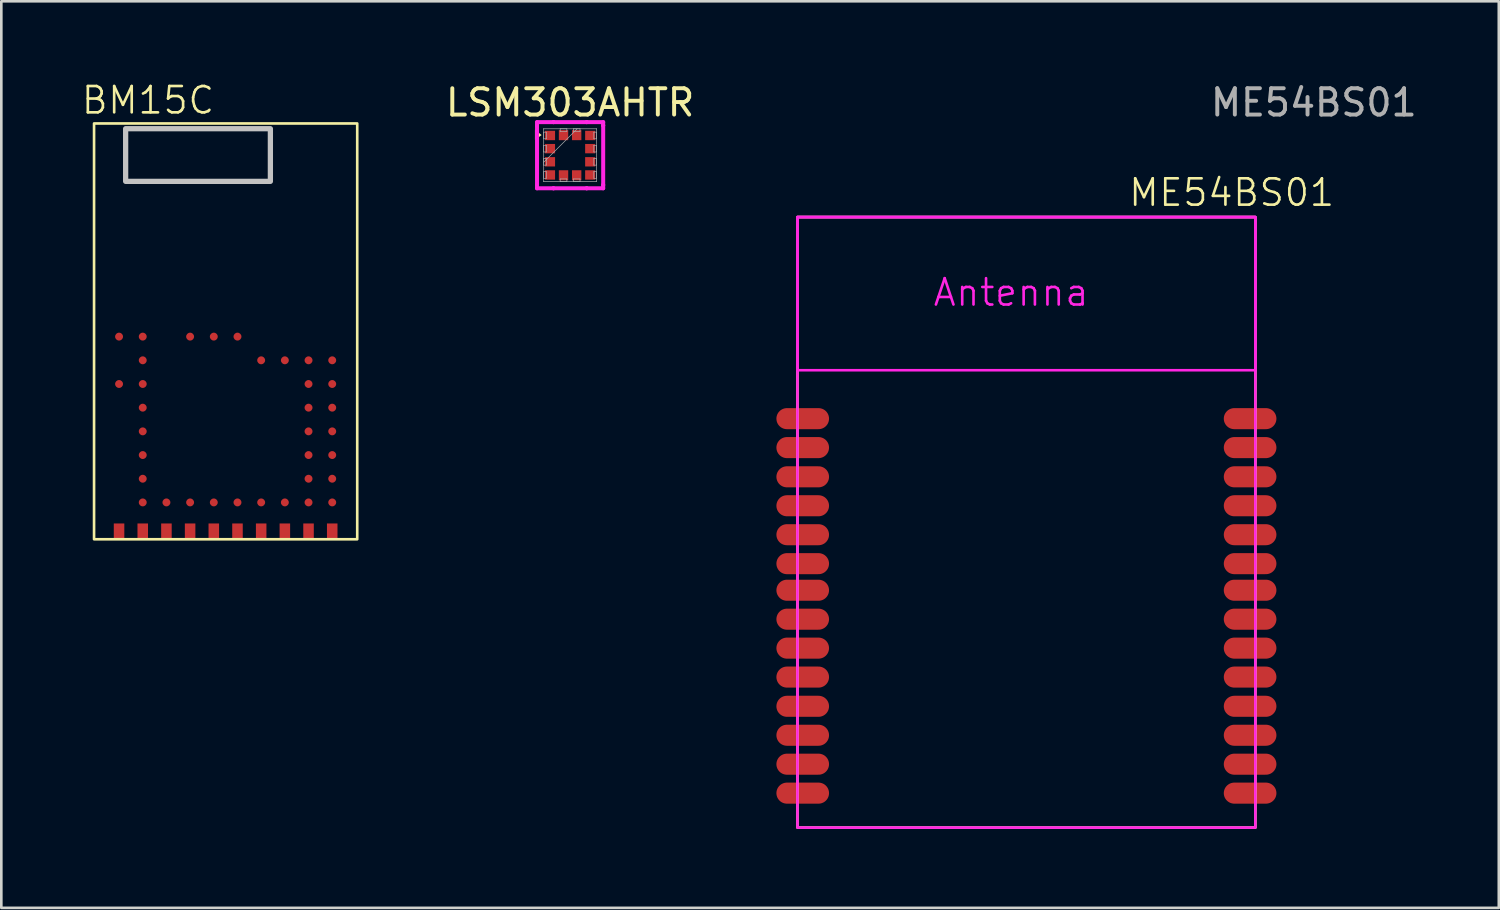
<source format=kicad_pcb>
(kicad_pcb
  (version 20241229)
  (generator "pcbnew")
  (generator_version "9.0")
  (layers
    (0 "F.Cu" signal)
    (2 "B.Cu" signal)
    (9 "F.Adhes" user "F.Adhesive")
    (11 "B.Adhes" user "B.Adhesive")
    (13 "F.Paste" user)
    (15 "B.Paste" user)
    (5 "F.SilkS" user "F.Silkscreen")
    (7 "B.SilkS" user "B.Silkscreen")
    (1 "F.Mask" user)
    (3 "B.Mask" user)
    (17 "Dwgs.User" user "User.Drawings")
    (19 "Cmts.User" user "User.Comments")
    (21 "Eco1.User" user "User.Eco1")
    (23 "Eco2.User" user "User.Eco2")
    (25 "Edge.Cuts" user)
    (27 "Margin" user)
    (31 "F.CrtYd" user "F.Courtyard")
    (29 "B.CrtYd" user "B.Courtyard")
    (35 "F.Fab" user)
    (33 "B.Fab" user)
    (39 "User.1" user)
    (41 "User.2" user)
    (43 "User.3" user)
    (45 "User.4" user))
  (footprint "LSM303AHTR"
    (layer "F.Cu")
    (at 18.613 2.848)
    (property "Reference" "LSM303AHTR" (at 0 -2 0) (unlocked yes) (layer "F.SilkS") (effects (font (size 1 1) (thickness 0.15))))
    (attr smd)
    (fp_poly (pts (xy -1.206 -0.866) (xy -1.082 -0.766) (xy -1.196 -0.686) (xy -1.336 -0.586) (xy -1.336 -0.967)) (stroke (width 0) (type solid)) (fill yes) (layer "F.SilkS"))
    (fp_line (start -1.257 -1.257) (end -0.631 -1.257) (stroke (width 0.152) (type solid)) (layer "F.CrtYd"))
    (fp_line (start -1.257 -1.131) (end -1.257 -1.257) (stroke (width 0.152) (type solid)) (layer "F.CrtYd"))
    (fp_line (start -1.257 -1.131) (end -1.257 -1.131) (stroke (width 0.152) (type solid)) (layer "F.CrtYd"))
    (fp_line (start -1.257 1.131) (end -1.257 -1.131) (stroke (width 0.152) (type solid)) (layer "F.CrtYd"))
    (fp_line (start -1.257 1.131) (end -1.257 1.131) (stroke (width 0.152) (type solid)) (layer "F.CrtYd"))
    (fp_line (start -1.257 1.257) (end -1.257 1.131) (stroke (width 0.152) (type solid)) (layer "F.CrtYd"))
    (fp_line (start -0.631 -1.257) (end -0.631 -1.257) (stroke (width 0.152) (type solid)) (layer "F.CrtYd"))
    (fp_line (start -0.631 -1.257) (end 0.631 -1.257) (stroke (width 0.152) (type solid)) (layer "F.CrtYd"))
    (fp_line (start -0.631 1.257) (end -1.257 1.257) (stroke (width 0.152) (type solid)) (layer "F.CrtYd"))
    (fp_line (start -0.631 1.257) (end -0.631 1.257) (stroke (width 0.152) (type solid)) (layer "F.CrtYd"))
    (fp_line (start 0.631 -1.257) (end 0.631 -1.257) (stroke (width 0.152) (type solid)) (layer "F.CrtYd"))
    (fp_line (start 0.631 -1.257) (end 1.257 -1.257) (stroke (width 0.152) (type solid)) (layer "F.CrtYd"))
    (fp_line (start 0.631 1.257) (end -0.631 1.257) (stroke (width 0.152) (type solid)) (layer "F.CrtYd"))
    (fp_line (start 0.631 1.257) (end 0.631 1.257) (stroke (width 0.152) (type solid)) (layer "F.CrtYd"))
    (fp_line (start 1.257 -1.257) (end 1.257 -1.131) (stroke (width 0.152) (type solid)) (layer "F.CrtYd"))
    (fp_line (start 1.257 -1.131) (end 1.257 -1.131) (stroke (width 0.152) (type solid)) (layer "F.CrtYd"))
    (fp_line (start 1.257 -1.131) (end 1.257 1.131) (stroke (width 0.152) (type solid)) (layer "F.CrtYd"))
    (fp_line (start 1.257 1.131) (end 1.257 1.131) (stroke (width 0.152) (type solid)) (layer "F.CrtYd"))
    (fp_line (start 1.257 1.131) (end 1.257 1.257) (stroke (width 0.152) (type solid)) (layer "F.CrtYd"))
    (fp_line (start 1.257 1.257) (end 0.631 1.257) (stroke (width 0.152) (type solid)) (layer "F.CrtYd"))
    (fp_line (start -1.003 -1.003) (end -1.003 -1.003) (stroke (width 0.025) (type solid)) (layer "F.Fab"))
    (fp_line (start -1.003 -1.003) (end -1.003 1.003) (stroke (width 0.025) (type solid)) (layer "F.Fab"))
    (fp_line (start -1.003 -0.877) (end -0.902 -0.877) (stroke (width 0.025) (type solid)) (layer "F.Fab"))
    (fp_line (start -1.003 -0.623) (end -1.003 -0.877) (stroke (width 0.025) (type solid)) (layer "F.Fab"))
    (fp_line (start -1.003 -0.377) (end -0.902 -0.377) (stroke (width 0.025) (type solid)) (layer "F.Fab"))
    (fp_line (start -1.003 -0.123) (end -1.003 -0.377) (stroke (width 0.025) (type solid)) (layer "F.Fab"))
    (fp_line (start -1.003 0.123) (end -0.902 0.123) (stroke (width 0.025) (type solid)) (layer "F.Fab"))
    (fp_line (start -1.003 0.267) (end 0.267 -1.003) (stroke (width 0.025) (type solid)) (layer "F.Fab"))
    (fp_line (start -1.003 0.377) (end -1.003 0.123) (stroke (width 0.025) (type solid)) (layer "F.Fab"))
    (fp_line (start -1.003 0.623) (end -0.902 0.623) (stroke (width 0.025) (type solid)) (layer "F.Fab"))
    (fp_line (start -1.003 0.877) (end -1.003 0.623) (stroke (width 0.025) (type solid)) (layer "F.Fab"))
    (fp_line (start -1.003 1.003) (end -1.003 1.003) (stroke (width 0.025) (type solid)) (layer "F.Fab"))
    (fp_line (start -1.003 1.003) (end 1.003 1.003) (stroke (width 0.025) (type solid)) (layer "F.Fab"))
    (fp_line (start -0.902 -0.877) (end -0.902 -0.623) (stroke (width 0.025) (type solid)) (layer "F.Fab"))
    (fp_line (start -0.902 -0.623) (end -1.003 -0.623) (stroke (width 0.025) (type solid)) (layer "F.Fab"))
    (fp_line (start -0.902 -0.377) (end -0.902 -0.123) (stroke (width 0.025) (type solid)) (layer "F.Fab"))
    (fp_line (start -0.902 -0.123) (end -1.003 -0.123) (stroke (width 0.025) (type solid)) (layer "F.Fab"))
    (fp_line (start -0.902 0.123) (end -0.902 0.377) (stroke (width 0.025) (type solid)) (layer "F.Fab"))
    (fp_line (start -0.902 0.377) (end -1.003 0.377) (stroke (width 0.025) (type solid)) (layer "F.Fab"))
    (fp_line (start -0.902 0.623) (end -0.902 0.877) (stroke (width 0.025) (type solid)) (layer "F.Fab"))
    (fp_line (start -0.902 0.877) (end -1.003 0.877) (stroke (width 0.025) (type solid)) (layer "F.Fab"))
    (fp_line (start -0.377 -1.003) (end -0.123 -1.003) (stroke (width 0.025) (type solid)) (layer "F.Fab"))
    (fp_line (start -0.377 -0.902) (end -0.377 -1.003) (stroke (width 0.025) (type solid)) (layer "F.Fab"))
    (fp_line (start -0.377 0.902) (end -0.123 0.902) (stroke (width 0.025) (type solid)) (layer "F.Fab"))
    (fp_line (start -0.377 1.003) (end -0.377 0.902) (stroke (width 0.025) (type solid)) (layer "F.Fab"))
    (fp_line (start -0.123 -1.003) (end -0.123 -0.902) (stroke (width 0.025) (type solid)) (layer "F.Fab"))
    (fp_line (start -0.123 -0.902) (end -0.377 -0.902) (stroke (width 0.025) (type solid)) (layer "F.Fab"))
    (fp_line (start -0.123 0.902) (end -0.123 1.003) (stroke (width 0.025) (type solid)) (layer "F.Fab"))
    (fp_line (start -0.123 1.003) (end -0.377 1.003) (stroke (width 0.025) (type solid)) (layer "F.Fab"))
    (fp_line (start 0.123 -1.003) (end 0.377 -1.003) (stroke (width 0.025) (type solid)) (layer "F.Fab"))
    (fp_line (start 0.123 -0.902) (end 0.123 -1.003) (stroke (width 0.025) (type solid)) (layer "F.Fab"))
    (fp_line (start 0.123 0.902) (end 0.377 0.902) (stroke (width 0.025) (type solid)) (layer "F.Fab"))
    (fp_line (start 0.123 1.003) (end 0.123 0.902) (stroke (width 0.025) (type solid)) (layer "F.Fab"))
    (fp_line (start 0.377 -1.003) (end 0.377 -0.902) (stroke (width 0.025) (type solid)) (layer "F.Fab"))
    (fp_line (start 0.377 -0.902) (end 0.123 -0.902) (stroke (width 0.025) (type solid)) (layer "F.Fab"))
    (fp_line (start 0.377 0.902) (end 0.377 1.003) (stroke (width 0.025) (type solid)) (layer "F.Fab"))
    (fp_line (start 0.377 1.003) (end 0.123 1.003) (stroke (width 0.025) (type solid)) (layer "F.Fab"))
    (fp_line (start 0.902 -0.877) (end 1.003 -0.877) (stroke (width 0.025) (type solid)) (layer "F.Fab"))
    (fp_line (start 0.902 -0.623) (end 0.902 -0.877) (stroke (width 0.025) (type solid)) (layer "F.Fab"))
    (fp_line (start 0.902 -0.377) (end 1.003 -0.377) (stroke (width 0.025) (type solid)) (layer "F.Fab"))
    (fp_line (start 0.902 -0.123) (end 0.902 -0.377) (stroke (width 0.025) (type solid)) (layer "F.Fab"))
    (fp_line (start 0.902 0.123) (end 1.003 0.123) (stroke (width 0.025) (type solid)) (layer "F.Fab"))
    (fp_line (start 0.902 0.377) (end 0.902 0.123) (stroke (width 0.025) (type solid)) (layer "F.Fab"))
    (fp_line (start 0.902 0.623) (end 1.003 0.623) (stroke (width 0.025) (type solid)) (layer "F.Fab"))
    (fp_line (start 0.902 0.877) (end 0.902 0.623) (stroke (width 0.025) (type solid)) (layer "F.Fab"))
    (fp_line (start 1.003 -1.003) (end -1.003 -1.003) (stroke (width 0.025) (type solid)) (layer "F.Fab"))
    (fp_line (start 1.003 -1.003) (end 1.003 -1.003) (stroke (width 0.025) (type solid)) (layer "F.Fab"))
    (fp_line (start 1.003 -0.877) (end 1.003 -0.623) (stroke (width 0.025) (type solid)) (layer "F.Fab"))
    (fp_line (start 1.003 -0.623) (end 0.902 -0.623) (stroke (width 0.025) (type solid)) (layer "F.Fab"))
    (fp_line (start 1.003 -0.377) (end 1.003 -0.123) (stroke (width 0.025) (type solid)) (layer "F.Fab"))
    (fp_line (start 1.003 -0.123) (end 0.902 -0.123) (stroke (width 0.025) (type solid)) (layer "F.Fab"))
    (fp_line (start 1.003 0.123) (end 1.003 0.377) (stroke (width 0.025) (type solid)) (layer "F.Fab"))
    (fp_line (start 1.003 0.377) (end 0.902 0.377) (stroke (width 0.025) (type solid)) (layer "F.Fab"))
    (fp_line (start 1.003 0.623) (end 1.003 0.877) (stroke (width 0.025) (type solid)) (layer "F.Fab"))
    (fp_line (start 1.003 0.877) (end 0.902 0.877) (stroke (width 0.025) (type solid)) (layer "F.Fab"))
    (fp_line (start 1.003 1.003) (end 1.003 -1.003) (stroke (width 0.025) (type solid)) (layer "F.Fab"))
    (fp_line (start 1.003 1.003) (end 1.003 1.003) (stroke (width 0.025) (type solid)) (layer "F.Fab"))
    (pad "1" smd rect (at -0.762 -0.75 90) (size 0.356 0.381) (layers "F.Cu" "F.Mask" "F.Paste"))
    (pad "2" smd rect (at -0.762 -0.25 90) (size 0.356 0.381) (layers "F.Cu" "F.Mask" "F.Paste"))
    (pad "3" smd rect (at -0.762 0.25 90) (size 0.356 0.381) (layers "F.Cu" "F.Mask" "F.Paste"))
    (pad "4" smd rect (at -0.762 0.75 90) (size 0.356 0.381) (layers "F.Cu" "F.Mask" "F.Paste"))
    (pad "5" smd rect (at -0.25 0.762) (size 0.356 0.381) (layers "F.Cu" "F.Mask" "F.Paste"))
    (pad "6" smd rect (at 0.25 0.762) (size 0.356 0.381) (layers "F.Cu" "F.Mask" "F.Paste"))
    (pad "7" smd rect (at 0.762 0.75 90) (size 0.356 0.381) (layers "F.Cu" "F.Mask" "F.Paste"))
    (pad "8" smd rect (at 0.762 0.25 90) (size 0.356 0.381) (layers "F.Cu" "F.Mask" "F.Paste"))
    (pad "9" smd rect (at 0.762 -0.25 90) (size 0.356 0.381) (layers "F.Cu" "F.Mask" "F.Paste"))
    (pad "10" smd rect (at 0.762 -0.75 90) (size 0.356 0.381) (layers "F.Cu" "F.Mask" "F.Paste"))
    (pad "11" smd rect (at 0.25 -0.762) (size 0.356 0.381) (layers "F.Cu" "F.Mask" "F.Paste"))
    (pad "12" smd rect (at -0.25 -0.762) (size 0.356 0.381) (layers "F.Cu" "F.Mask" "F.Paste")))
  (footprint "BM15C"
    (layer "F.Cu")
    (at 10.524 17.441)
    (property "Reference" "BM15C" (at -7.95 -16.68 0) (unlocked yes) (layer "F.SilkS") (effects (font (size 1 1) (thickness 0.1))))
    (attr smd)
    (fp_rect (start -10 -15.8) (end 0 0) (stroke (width 0.1) (type solid)) (fill no) (layer "F.SilkS"))
    (fp_rect (start -8.8 -15.6) (end -3.3 -13.6) (stroke (width 0.2) (type solid)) (fill no) (layer "Dwgs.User"))
    (pad "A1" smd circle (at -9.05 -7.7) (size 0.3 0.3) (layers "F.Cu" "F.Mask" "F.Paste"))
    (pad "A3" smd circle (at -9.05 -5.9) (size 0.3 0.3) (layers "F.Cu" "F.Mask" "F.Paste"))
    (pad "A9" smd rect (at -9.05 -0.3) (size 0.4 0.6) (layers "F.Cu" "F.Mask" "F.Paste"))
    (pad "B1" smd circle (at -8.15 -7.7) (size 0.3 0.3) (layers "F.Cu" "F.Mask" "F.Paste"))
    (pad "B2" smd circle (at -8.15 -6.8) (size 0.3 0.3) (layers "F.Cu" "F.Mask" "F.Paste"))
    (pad "B3" smd circle (at -8.15 -5.9) (size 0.3 0.3) (layers "F.Cu" "F.Mask" "F.Paste"))
    (pad "B4" smd circle (at -8.15 -5) (size 0.3 0.3) (layers "F.Cu" "F.Mask" "F.Paste"))
    (pad "B5" smd circle (at -8.15 -4.1) (size 0.3 0.3) (layers "F.Cu" "F.Mask" "F.Paste"))
    (pad "B6" smd circle (at -8.15 -3.2) (size 0.3 0.3) (layers "F.Cu" "F.Mask" "F.Paste"))
    (pad "B7" smd circle (at -8.15 -2.3) (size 0.3 0.3) (layers "F.Cu" "F.Mask" "F.Paste"))
    (pad "B8" smd circle (at -8.15 -1.4) (size 0.3 0.3) (layers "F.Cu" "F.Mask" "F.Paste"))
    (pad "B9" smd rect (at -8.15 -0.3) (size 0.4 0.6) (layers "F.Cu" "F.Mask" "F.Paste"))
    (pad "C8" smd circle (at -7.25 -1.4) (size 0.3 0.3) (layers "F.Cu" "F.Mask" "F.Paste"))
    (pad "C9" smd rect (at -7.25 -0.3) (size 0.4 0.6) (layers "F.Cu" "F.Mask" "F.Paste"))
    (pad "D1" smd circle (at -6.35 -7.7) (size 0.3 0.3) (layers "F.Cu" "F.Mask" "F.Paste"))
    (pad "D8" smd circle (at -6.35 -1.4) (size 0.3 0.3) (layers "F.Cu" "F.Mask" "F.Paste"))
    (pad "D9" smd rect (at -6.35 -0.3) (size 0.4 0.6) (layers "F.Cu" "F.Mask" "F.Paste"))
    (pad "E1" smd circle (at -5.45 -7.7) (size 0.3 0.3) (layers "F.Cu" "F.Mask" "F.Paste"))
    (pad "E8" smd circle (at -5.45 -1.4) (size 0.3 0.3) (layers "F.Cu" "F.Mask" "F.Paste"))
    (pad "E9" smd rect (at -5.45 -0.3) (size 0.4 0.6) (layers "F.Cu" "F.Mask" "F.Paste"))
    (pad "F1" smd circle (at -4.55 -7.7) (size 0.3 0.3) (layers "F.Cu" "F.Mask" "F.Paste"))
    (pad "F8" smd circle (at -4.55 -1.4) (size 0.3 0.3) (layers "F.Cu" "F.Mask" "F.Paste"))
    (pad "F9" smd rect (at -4.55 -0.3) (size 0.4 0.6) (layers "F.Cu" "F.Mask" "F.Paste"))
    (pad "G2" smd circle (at -3.65 -6.8) (size 0.3 0.3) (layers "F.Cu" "F.Mask" "F.Paste"))
    (pad "G8" smd circle (at -3.65 -1.4) (size 0.3 0.3) (layers "F.Cu" "F.Mask" "F.Paste"))
    (pad "G9" smd rect (at -3.65 -0.3) (size 0.4 0.6) (layers "F.Cu" "F.Mask" "F.Paste"))
    (pad "H2" smd circle (at -2.75 -6.8) (size 0.3 0.3) (layers "F.Cu" "F.Mask" "F.Paste"))
    (pad "H8" smd circle (at -2.75 -1.4) (size 0.3 0.3) (layers "F.Cu" "F.Mask" "F.Paste"))
    (pad "H9" smd rect (at -2.75 -0.3) (size 0.4 0.6) (layers "F.Cu" "F.Mask" "F.Paste"))
    (pad "J2" smd circle (at -1.85 -6.8) (size 0.3 0.3) (layers "F.Cu" "F.Mask" "F.Paste"))
    (pad "J3" smd circle (at -1.85 -5.9) (size 0.3 0.3) (layers "F.Cu" "F.Mask" "F.Paste"))
    (pad "J4" smd circle (at -1.85 -5) (size 0.3 0.3) (layers "F.Cu" "F.Mask" "F.Paste"))
    (pad "J5" smd circle (at -1.85 -4.1) (size 0.3 0.3) (layers "F.Cu" "F.Mask" "F.Paste"))
    (pad "J6" smd circle (at -1.85 -3.2) (size 0.3 0.3) (layers "F.Cu" "F.Mask" "F.Paste"))
    (pad "J7" smd circle (at -1.85 -2.3) (size 0.3 0.3) (layers "F.Cu" "F.Mask" "F.Paste"))
    (pad "J8" smd circle (at -1.85 -1.4) (size 0.3 0.3) (layers "F.Cu" "F.Mask" "F.Paste"))
    (pad "J9" smd rect (at -1.85 -0.3) (size 0.4 0.6) (layers "F.Cu" "F.Mask" "F.Paste"))
    (pad "K2" smd circle (at -0.95 -6.8) (size 0.3 0.3) (layers "F.Cu" "F.Mask" "F.Paste"))
    (pad "K3" smd circle (at -0.95 -5.9) (size 0.3 0.3) (layers "F.Cu" "F.Mask" "F.Paste"))
    (pad "K4" smd circle (at -0.95 -5) (size 0.3 0.3) (layers "F.Cu" "F.Mask" "F.Paste"))
    (pad "K5" smd circle (at -0.95 -4.1) (size 0.3 0.3) (layers "F.Cu" "F.Mask" "F.Paste"))
    (pad "K6" smd circle (at -0.95 -3.2) (size 0.3 0.3) (layers "F.Cu" "F.Mask" "F.Paste"))
    (pad "K7" smd circle (at -0.95 -2.3) (size 0.3 0.3) (layers "F.Cu" "F.Mask" "F.Paste"))
    (pad "K8" smd circle (at -0.95 -1.4) (size 0.3 0.3) (layers "F.Cu" "F.Mask" "F.Paste"))
    (pad "K9" smd rect (at -0.95 -0.3) (size 0.4 0.6) (layers "F.Cu" "F.Mask" "F.Paste")))
  (footprint "ME54BS01"
    (layer "F.Cu")
    (at 35.952 16.798)
    (property "Reference" "ME54BS01" (at 7.8 -12.53 0) (unlocked yes) (layer "F.SilkS") (effects (font (size 1 1) (thickness 0.1))))
    (attr smd)
    (fp_rect (start -8.7 -11.6) (end 8.7 11.6) (stroke (width 0.1) (type solid)) (fill no) (layer "F.SilkS"))
    (fp_rect (start -8.7 -11.6) (end 8.7 -5.78) (stroke (width 0.1) (type solid)) (fill no) (layer "F.CrtYd"))
    (fp_rect (start -8.7 -11.6) (end 8.7 11.6) (stroke (width 0.1) (type solid)) (fill no) (layer "F.CrtYd"))
    (fp_text user "Antenna" (at -3.6 -8.15 0) (unlocked yes) (layer "F.CrtYd") (effects (font (size 1 1) (thickness 0.1)) (justify left bottom)))
    (fp_text user "${REFERENCE}" (at 10.92 -15.95 0) (unlocked yes) (layer "F.Fab") (effects (font (size 1 1) (thickness 0.15))))
    (pad "1" smd oval (at -8.5 -3.94) (size 2 0.8) (layers "F.Cu" "F.Mask" "F.Paste"))
    (pad "2" smd oval (at -8.5 -2.84) (size 2 0.8) (layers "F.Cu" "F.Mask" "F.Paste"))
    (pad "3" smd oval (at -8.5 -1.73) (size 2 0.8) (layers "F.Cu" "F.Mask" "F.Paste"))
    (pad "4" smd oval (at -8.5 -0.63) (size 2 0.8) (layers "F.Cu" "F.Mask" "F.Paste"))
    (pad "5" smd oval (at -8.5 0.47) (size 2 0.8) (layers "F.Cu" "F.Mask" "F.Paste"))
    (pad "6" smd oval (at -8.5 1.57) (size 2 0.8) (layers "F.Cu" "F.Mask" "F.Paste"))
    (pad "7" smd oval (at -8.5 2.58) (size 2 0.8) (layers "F.Cu" "F.Mask" "F.Paste"))
    (pad "8" smd oval (at -8.5 3.68) (size 2 0.8) (layers "F.Cu" "F.Mask" "F.Paste"))
    (pad "9" smd oval (at -8.5 4.78) (size 2 0.8) (layers "F.Cu" "F.Mask" "F.Paste"))
    (pad "10" smd oval (at -8.5 5.88) (size 2 0.8) (layers "F.Cu" "F.Mask" "F.Paste"))
    (pad "11" smd oval (at -8.5 6.99) (size 2 0.8) (layers "F.Cu" "F.Mask" "F.Paste"))
    (pad "12" smd oval (at -8.5 8.09) (size 2 0.8) (layers "F.Cu" "F.Mask" "F.Paste"))
    (pad "13" smd oval (at -8.5 9.19) (size 2 0.8) (layers "F.Cu" "F.Mask" "F.Paste"))
    (pad "14" smd oval (at -8.5 10.29) (size 2 0.8) (layers "F.Cu" "F.Mask" "F.Paste"))
    (pad "15" smd oval (at 8.5 10.29) (size 2 0.8) (layers "F.Cu" "F.Mask" "F.Paste"))
    (pad "16" smd oval (at 8.5 9.19) (size 2 0.8) (layers "F.Cu" "F.Mask" "F.Paste"))
    (pad "17" smd oval (at 8.5 8.09) (size 2 0.8) (layers "F.Cu" "F.Mask" "F.Paste"))
    (pad "18" smd oval (at 8.5 6.99) (size 2 0.8) (layers "F.Cu" "F.Mask" "F.Paste"))
    (pad "19" smd oval (at 8.5 5.88) (size 2 0.8) (layers "F.Cu" "F.Mask" "F.Paste"))
    (pad "20" smd oval (at 8.5 4.78) (size 2 0.8) (layers "F.Cu" "F.Mask" "F.Paste"))
    (pad "21" smd oval (at 8.5 3.68) (size 2 0.8) (layers "F.Cu" "F.Mask" "F.Paste"))
    (pad "22" smd oval (at 8.5 2.58) (size 2 0.8) (layers "F.Cu" "F.Mask" "F.Paste"))
    (pad "23" smd oval (at 8.5 1.57) (size 2 0.8) (layers "F.Cu" "F.Mask" "F.Paste"))
    (pad "24" smd oval (at 8.5 0.47) (size 2 0.8) (layers "F.Cu" "F.Mask" "F.Paste"))
    (pad "25" smd oval (at 8.5 -0.63) (size 2 0.8) (layers "F.Cu" "F.Mask" "F.Paste"))
    (pad "26" smd oval (at 8.5 -1.73) (size 2 0.8) (layers "F.Cu" "F.Mask" "F.Paste"))
    (pad "27" smd oval (at 8.5 -2.84) (size 2 0.8) (layers "F.Cu" "F.Mask" "F.Paste"))
    (pad "28" smd oval (at 8.5 -3.94) (size 2 0.8) (layers "F.Cu" "F.Mask" "F.Paste")))
  (gr_rect
    (start -3 -3)
    (end 53.902 31.448)
    (stroke (width 0.1) (type default))
    (fill no)
    (layer "Edge.Cuts")))
</source>
